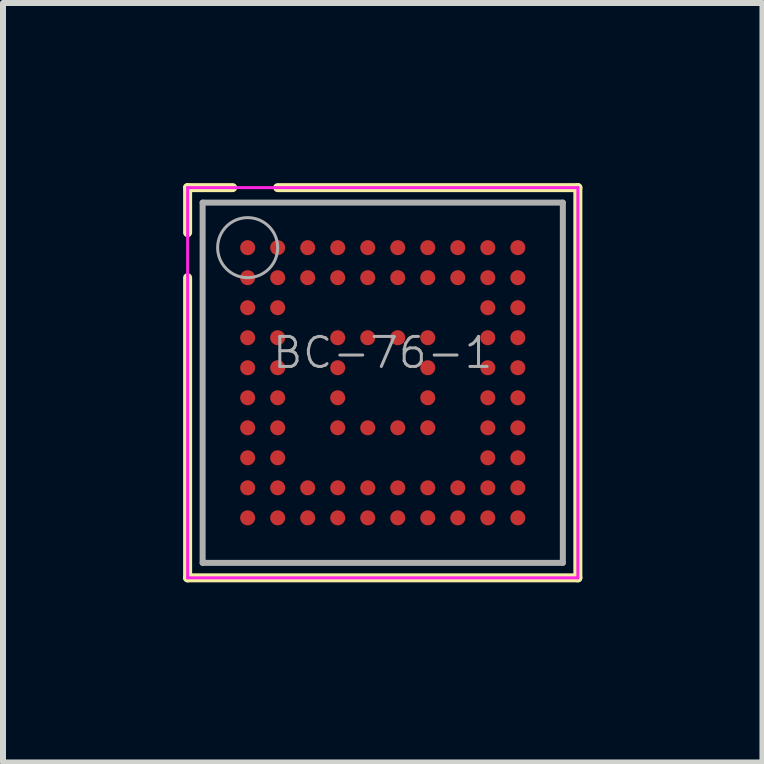
<source format=kicad_pcb>
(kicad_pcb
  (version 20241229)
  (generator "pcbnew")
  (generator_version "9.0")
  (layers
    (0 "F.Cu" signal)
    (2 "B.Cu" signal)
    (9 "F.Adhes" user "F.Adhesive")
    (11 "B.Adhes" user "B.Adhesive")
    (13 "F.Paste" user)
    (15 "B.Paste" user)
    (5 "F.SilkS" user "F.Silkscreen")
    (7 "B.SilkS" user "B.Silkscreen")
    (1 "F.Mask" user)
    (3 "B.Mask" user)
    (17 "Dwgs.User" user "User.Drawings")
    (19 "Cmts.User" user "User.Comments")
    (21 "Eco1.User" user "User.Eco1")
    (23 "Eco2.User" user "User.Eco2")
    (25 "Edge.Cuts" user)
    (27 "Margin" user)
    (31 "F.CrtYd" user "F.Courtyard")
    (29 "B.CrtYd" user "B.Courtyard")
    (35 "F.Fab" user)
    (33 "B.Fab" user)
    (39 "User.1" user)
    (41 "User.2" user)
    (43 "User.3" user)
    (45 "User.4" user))
  (footprint "BC-76-1"
    (layer "F.Cu")
    (at 3.325 3.325)
    (property "Reference" "BC-76-1" (at 0 -0.5 0) (layer "F.Fab") (effects (font (size 0.5 0.5) (thickness 0.05))))
    (attr smd)
    (fp_line (start -3.25 -3.25) (end -2.5 -3.25) (stroke (width 0.15) (type solid)) (layer "F.SilkS"))
    (fp_line (start -3.25 -2.5) (end -3.25 -3.25) (stroke (width 0.15) (type solid)) (layer "F.SilkS"))
    (fp_line (start -3.25 3.25) (end -3.25 -1.75) (stroke (width 0.15) (type solid)) (layer "F.SilkS"))
    (fp_line (start -1.75 -3.25) (end 3.25 -3.25) (stroke (width 0.15) (type solid)) (layer "F.SilkS"))
    (fp_line (start 3.25 -3.25) (end 3.25 3.25) (stroke (width 0.15) (type solid)) (layer "F.SilkS"))
    (fp_line (start 3.25 3.25) (end -3.25 3.25) (stroke (width 0.15) (type solid)) (layer "F.SilkS"))
    (fp_line (start -3.25 -3.25) (end 3.25 -3.25) (stroke (width 0.05) (type solid)) (layer "F.CrtYd"))
    (fp_line (start -3.25 3.25) (end -3.25 -3.25) (stroke (width 0.05) (type solid)) (layer "F.CrtYd"))
    (fp_line (start 3.25 -3.25) (end 3.25 3.25) (stroke (width 0.05) (type solid)) (layer "F.CrtYd"))
    (fp_line (start 3.25 3.25) (end -3.25 3.25) (stroke (width 0.05) (type solid)) (layer "F.CrtYd"))
    (fp_line (start -3 -3) (end -3 3) (stroke (width 0.1) (type solid)) (layer "F.Fab"))
    (fp_line (start -3 3) (end 3 3) (stroke (width 0.1) (type solid)) (layer "F.Fab"))
    (fp_line (start 3 -3) (end -3 -3) (stroke (width 0.1) (type solid)) (layer "F.Fab"))
    (fp_line (start 3 3) (end 3 -3) (stroke (width 0.1) (type solid)) (layer "F.Fab"))
    (fp_circle (center -2.25 -2.25) (end -2.25 -2.75) (stroke (width 0.05) (type solid)) (fill no) (layer "F.Fab"))
    (pad "A1" smd circle (at -2.25 -2.25) (size 0.25 0.25) (layers "F.Cu" "F.Mask" "F.Paste"))
    (pad "A2" smd circle (at -1.75 -2.25) (size 0.25 0.25) (layers "F.Cu" "F.Mask" "F.Paste"))
    (pad "A3" smd circle (at -1.25 -2.25) (size 0.25 0.25) (layers "F.Cu" "F.Mask" "F.Paste"))
    (pad "A4" smd circle (at -0.75 -2.25) (size 0.25 0.25) (layers "F.Cu" "F.Mask" "F.Paste"))
    (pad "A5" smd circle (at -0.25 -2.25) (size 0.25 0.25) (layers "F.Cu" "F.Mask" "F.Paste"))
    (pad "A6" smd circle (at 0.25 -2.25) (size 0.25 0.25) (layers "F.Cu" "F.Mask" "F.Paste"))
    (pad "A7" smd circle (at 0.75 -2.25) (size 0.25 0.25) (layers "F.Cu" "F.Mask" "F.Paste"))
    (pad "A8" smd circle (at 1.25 -2.25) (size 0.25 0.25) (layers "F.Cu" "F.Mask" "F.Paste"))
    (pad "A9" smd circle (at 1.75 -2.25) (size 0.25 0.25) (layers "F.Cu" "F.Mask" "F.Paste"))
    (pad "A10" smd circle (at 2.25 -2.25) (size 0.25 0.25) (layers "F.Cu" "F.Mask" "F.Paste"))
    (pad "B1" smd circle (at -2.25 -1.75) (size 0.25 0.25) (layers "F.Cu" "F.Mask" "F.Paste"))
    (pad "B2" smd circle (at -1.75 -1.75) (size 0.25 0.25) (layers "F.Cu" "F.Mask" "F.Paste"))
    (pad "B3" smd circle (at -1.25 -1.75) (size 0.25 0.25) (layers "F.Cu" "F.Mask" "F.Paste"))
    (pad "B4" smd circle (at -0.75 -1.75) (size 0.25 0.25) (layers "F.Cu" "F.Mask" "F.Paste"))
    (pad "B5" smd circle (at -0.25 -1.75) (size 0.25 0.25) (layers "F.Cu" "F.Mask" "F.Paste"))
    (pad "B6" smd circle (at 0.25 -1.75) (size 0.25 0.25) (layers "F.Cu" "F.Mask" "F.Paste"))
    (pad "B7" smd circle (at 0.75 -1.75) (size 0.25 0.25) (layers "F.Cu" "F.Mask" "F.Paste"))
    (pad "B8" smd circle (at 1.25 -1.75) (size 0.25 0.25) (layers "F.Cu" "F.Mask" "F.Paste"))
    (pad "B9" smd circle (at 1.75 -1.75) (size 0.25 0.25) (layers "F.Cu" "F.Mask" "F.Paste"))
    (pad "B10" smd circle (at 2.25 -1.75) (size 0.25 0.25) (layers "F.Cu" "F.Mask" "F.Paste"))
    (pad "C1" smd circle (at -2.25 -1.25) (size 0.25 0.25) (layers "F.Cu" "F.Mask" "F.Paste"))
    (pad "C2" smd circle (at -1.75 -1.25) (size 0.25 0.25) (layers "F.Cu" "F.Mask" "F.Paste"))
    (pad "C9" smd circle (at 1.75 -1.25) (size 0.25 0.25) (layers "F.Cu" "F.Mask" "F.Paste"))
    (pad "C10" smd circle (at 2.25 -1.25) (size 0.25 0.25) (layers "F.Cu" "F.Mask" "F.Paste"))
    (pad "D1" smd circle (at -2.25 -0.75) (size 0.25 0.25) (layers "F.Cu" "F.Mask" "F.Paste"))
    (pad "D2" smd circle (at -1.75 -0.75) (size 0.25 0.25) (layers "F.Cu" "F.Mask" "F.Paste"))
    (pad "D4" smd circle (at -0.75 -0.75) (size 0.25 0.25) (layers "F.Cu" "F.Mask" "F.Paste"))
    (pad "D5" smd circle (at -0.25 -0.75) (size 0.25 0.25) (layers "F.Cu" "F.Mask" "F.Paste"))
    (pad "D6" smd circle (at 0.25 -0.75) (size 0.25 0.25) (layers "F.Cu" "F.Mask" "F.Paste"))
    (pad "D7" smd circle (at 0.75 -0.75) (size 0.25 0.25) (layers "F.Cu" "F.Mask" "F.Paste"))
    (pad "D9" smd circle (at 1.75 -0.75) (size 0.25 0.25) (layers "F.Cu" "F.Mask" "F.Paste"))
    (pad "D10" smd circle (at 2.25 -0.75) (size 0.25 0.25) (layers "F.Cu" "F.Mask" "F.Paste"))
    (pad "E1" smd circle (at -2.25 -0.25) (size 0.25 0.25) (layers "F.Cu" "F.Mask" "F.Paste"))
    (pad "E2" smd circle (at -1.75 -0.25) (size 0.25 0.25) (layers "F.Cu" "F.Mask" "F.Paste"))
    (pad "E4" smd circle (at -0.75 -0.25) (size 0.25 0.25) (layers "F.Cu" "F.Mask" "F.Paste"))
    (pad "E7" smd circle (at 0.75 -0.25) (size 0.25 0.25) (layers "F.Cu" "F.Mask" "F.Paste"))
    (pad "E9" smd circle (at 1.75 -0.25) (size 0.25 0.25) (layers "F.Cu" "F.Mask" "F.Paste"))
    (pad "E10" smd circle (at 2.25 -0.25) (size 0.25 0.25) (layers "F.Cu" "F.Mask" "F.Paste"))
    (pad "F1" smd circle (at -2.25 0.25) (size 0.25 0.25) (layers "F.Cu" "F.Mask" "F.Paste"))
    (pad "F2" smd circle (at -1.75 0.25) (size 0.25 0.25) (layers "F.Cu" "F.Mask" "F.Paste"))
    (pad "F4" smd circle (at -0.75 0.25) (size 0.25 0.25) (layers "F.Cu" "F.Mask" "F.Paste"))
    (pad "F7" smd circle (at 0.75 0.25) (size 0.25 0.25) (layers "F.Cu" "F.Mask" "F.Paste"))
    (pad "F9" smd circle (at 1.75 0.25) (size 0.25 0.25) (layers "F.Cu" "F.Mask" "F.Paste"))
    (pad "F10" smd circle (at 2.25 0.25) (size 0.25 0.25) (layers "F.Cu" "F.Mask" "F.Paste"))
    (pad "G1" smd circle (at -2.25 0.75) (size 0.25 0.25) (layers "F.Cu" "F.Mask" "F.Paste"))
    (pad "G2" smd circle (at -1.75 0.75) (size 0.25 0.25) (layers "F.Cu" "F.Mask" "F.Paste"))
    (pad "G4" smd circle (at -0.75 0.75) (size 0.25 0.25) (layers "F.Cu" "F.Mask" "F.Paste"))
    (pad "G5" smd circle (at -0.25 0.75) (size 0.25 0.25) (layers "F.Cu" "F.Mask" "F.Paste"))
    (pad "G6" smd circle (at 0.25 0.75) (size 0.25 0.25) (layers "F.Cu" "F.Mask" "F.Paste"))
    (pad "G7" smd circle (at 0.75 0.75) (size 0.25 0.25) (layers "F.Cu" "F.Mask" "F.Paste"))
    (pad "G9" smd circle (at 1.75 0.75) (size 0.25 0.25) (layers "F.Cu" "F.Mask" "F.Paste"))
    (pad "G10" smd circle (at 2.25 0.75) (size 0.25 0.25) (layers "F.Cu" "F.Mask" "F.Paste"))
    (pad "H1" smd circle (at -2.25 1.25) (size 0.25 0.25) (layers "F.Cu" "F.Mask" "F.Paste"))
    (pad "H2" smd circle (at -1.75 1.25) (size 0.25 0.25) (layers "F.Cu" "F.Mask" "F.Paste"))
    (pad "H9" smd circle (at 1.75 1.25) (size 0.25 0.25) (layers "F.Cu" "F.Mask" "F.Paste"))
    (pad "H10" smd circle (at 2.25 1.25) (size 0.25 0.25) (layers "F.Cu" "F.Mask" "F.Paste"))
    (pad "J1" smd circle (at -2.25 1.75) (size 0.25 0.25) (layers "F.Cu" "F.Mask" "F.Paste"))
    (pad "J2" smd circle (at -1.75 1.75) (size 0.25 0.25) (layers "F.Cu" "F.Mask" "F.Paste"))
    (pad "J3" smd circle (at -1.25 1.75) (size 0.25 0.25) (layers "F.Cu" "F.Mask" "F.Paste"))
    (pad "J4" smd circle (at -0.75 1.75) (size 0.25 0.25) (layers "F.Cu" "F.Mask" "F.Paste"))
    (pad "J5" smd circle (at -0.25 1.75) (size 0.25 0.25) (layers "F.Cu" "F.Mask" "F.Paste"))
    (pad "J6" smd circle (at 0.25 1.75) (size 0.25 0.25) (layers "F.Cu" "F.Mask" "F.Paste"))
    (pad "J7" smd circle (at 0.75 1.75) (size 0.25 0.25) (layers "F.Cu" "F.Mask" "F.Paste"))
    (pad "J8" smd circle (at 1.25 1.75) (size 0.25 0.25) (layers "F.Cu" "F.Mask" "F.Paste"))
    (pad "J9" smd circle (at 1.75 1.75) (size 0.25 0.25) (layers "F.Cu" "F.Mask" "F.Paste"))
    (pad "J10" smd circle (at 2.25 1.75) (size 0.25 0.25) (layers "F.Cu" "F.Mask" "F.Paste"))
    (pad "K1" smd circle (at -2.25 2.25) (size 0.25 0.25) (layers "F.Cu" "F.Mask" "F.Paste"))
    (pad "K2" smd circle (at -1.75 2.25) (size 0.25 0.25) (layers "F.Cu" "F.Mask" "F.Paste"))
    (pad "K3" smd circle (at -1.25 2.25) (size 0.25 0.25) (layers "F.Cu" "F.Mask" "F.Paste"))
    (pad "K4" smd circle (at -0.75 2.25) (size 0.25 0.25) (layers "F.Cu" "F.Mask" "F.Paste"))
    (pad "K5" smd circle (at -0.25 2.25) (size 0.25 0.25) (layers "F.Cu" "F.Mask" "F.Paste"))
    (pad "K6" smd circle (at 0.25 2.25) (size 0.25 0.25) (layers "F.Cu" "F.Mask" "F.Paste"))
    (pad "K7" smd circle (at 0.75 2.25) (size 0.25 0.25) (layers "F.Cu" "F.Mask" "F.Paste"))
    (pad "K8" smd circle (at 1.25 2.25) (size 0.25 0.25) (layers "F.Cu" "F.Mask" "F.Paste"))
    (pad "K9" smd circle (at 1.75 2.25) (size 0.25 0.25) (layers "F.Cu" "F.Mask" "F.Paste"))
    (pad "K10" smd circle (at 2.25 2.25) (size 0.25 0.25) (layers "F.Cu" "F.Mask" "F.Paste")))
  (gr_rect
    (start -3 -3)
    (end 9.65 9.65)
    (stroke (width 0.1) (type default))
    (fill no)
    (layer "Edge.Cuts")))
</source>
